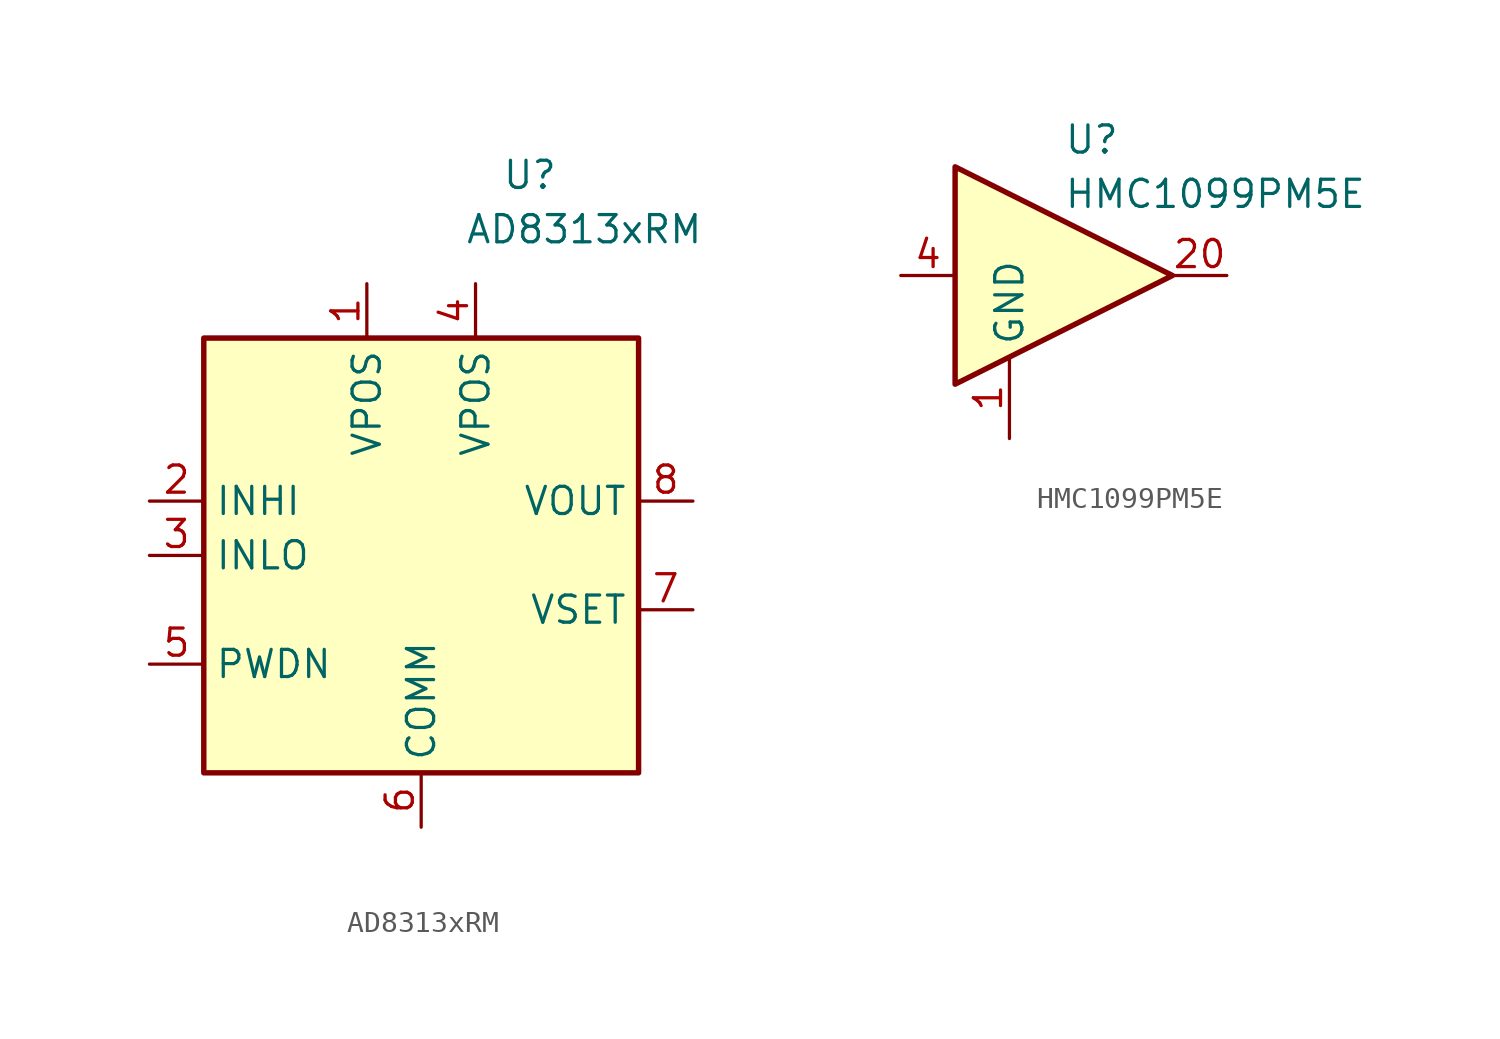
<source format=kicad_sym>
(kicad_symbol_lib
  (version 20231120)
  (generator "kicad_symbol_editor")
  (generator_version "8.0")
  (symbol "AD8313xRM"
    (property "Reference" "U"
      (at 5.08 17.78 0)
      (effects (font (size 1.27 1.27))))
    (property "Value" "AD8313xRM"
      (at 7.62 15.24 0)
      (effects (font (size 1.27 1.27))))
    (symbol "AD8313xRM_0_1"
      (rectangle (start -10.16 10.16) (end 10.16 -10.16) (stroke (width 0.254) (type default)) (fill (type background))))
    (symbol "AD8313xRM_1_1"
      (pin power_in line (at -2.54 12.7 270) (length 2.54) (name "VPOS" (effects (font (size 1.27 1.27)))) (number "1" (effects (font (size 1.27 1.27)))))
      (pin input line (at -12.7 2.54 0) (length 2.54) (name "INHI" (effects (font (size 1.27 1.27)))) (number "2" (effects (font (size 1.27 1.27)))))
      (pin input line (at -12.7 0 0) (length 2.54) (name "INLO" (effects (font (size 1.27 1.27)))) (number "3" (effects (font (size 1.27 1.27)))))
      (pin power_in line (at 2.54 12.7 270) (length 2.54) (name "VPOS" (effects (font (size 1.27 1.27)))) (number "4" (effects (font (size 1.27 1.27)))))
      (pin input line (at -12.7 -5.08 0) (length 2.54) (name "PWDN" (effects (font (size 1.27 1.27)))) (number "5" (effects (font (size 1.27 1.27)))))
      (pin power_in line (at 0 -12.7 90) (length 2.54) (name "COMM" (effects (font (size 1.27 1.27)))) (number "6" (effects (font (size 1.27 1.27)))))
      (pin input line (at 12.7 -2.54 180) (length 2.54) (name "VSET" (effects (font (size 1.27 1.27)))) (number "7" (effects (font (size 1.27 1.27)))))
      (pin output line (at 12.7 2.54 180) (length 2.54) (name "VOUT" (effects (font (size 1.27 1.27)))) (number "8" (effects (font (size 1.27 1.27)))))))
  (symbol "HMC1099PM5E"
    (property "Reference" "U"
      (at 0 6.35 0)
      (effects (font (size 1.27 1.27)) (justify left)))
    (property "Value" "HMC1099PM5E"
      (at 0 3.81 0)
      (effects (font (size 1.27 1.27)) (justify left)))
    (symbol "HMC1099PM5E_1_1"
      (polyline (pts (xy 5.08 0) (xy -5.08 5.08) (xy -5.08 -5.08) (xy 5.08 0)) (stroke (width 0.254) (type default)) (fill (type background)))
      (pin power_in line (at -2.54 -7.62 90) (length 3.81) (name "GND" (effects (font (size 1.27 1.27)))) (number "1" (effects (font (size 1.27 1.27)))))
      (pin passive line (at -2.54 -7.62 90) (length 3.81) hide (name "GND" (effects (font (size 1.27 1.27)))) (number "10" (effects (font (size 1.27 1.27)))))
      (pin passive line (at -2.54 -7.62 90) (length 3.81) hide (name "GND" (effects (font (size 1.27 1.27)))) (number "11" (effects (font (size 1.27 1.27)))))
      (pin passive line (at -2.54 -7.62 90) (length 3.81) hide (name "GND" (effects (font (size 1.27 1.27)))) (number "12" (effects (font (size 1.27 1.27)))))
      (pin passive line (at -2.54 -7.62 90) (length 3.81) hide (name "GND" (effects (font (size 1.27 1.27)))) (number "13" (effects (font (size 1.27 1.27)))))
      (pin passive line (at -2.54 -7.62 90) (length 3.81) hide (name "GND" (effects (font (size 1.27 1.27)))) (number "14" (effects (font (size 1.27 1.27)))))
      (pin passive line (at -2.54 -7.62 90) (length 3.81) hide (name "GND" (effects (font (size 1.27 1.27)))) (number "15" (effects (font (size 1.27 1.27)))))
      (pin passive line (at -2.54 -7.62 90) (length 3.81) hide (name "GND" (effects (font (size 1.27 1.27)))) (number "16" (effects (font (size 1.27 1.27)))))
      (pin passive line (at -2.54 -7.62 90) (length 3.81) hide (name "GND" (effects (font (size 1.27 1.27)))) (number "17" (effects (font (size 1.27 1.27)))))
      (pin passive line (at -2.54 -7.62 90) (length 3.81) hide (name "GND" (effects (font (size 1.27 1.27)))) (number "18" (effects (font (size 1.27 1.27)))))
      (pin passive line (at -2.54 -7.62 90) (length 3.81) hide (name "GND" (effects (font (size 1.27 1.27)))) (number "19" (effects (font (size 1.27 1.27)))))
      (pin passive line (at -2.54 -7.62 90) (length 3.81) hide (name "GND" (effects (font (size 1.27 1.27)))) (number "2" (effects (font (size 1.27 1.27)))))
      (pin output line (at 7.62 0 180) (length 2.54) (name "~" (effects (font (size 1.27 1.27)))) (number "20" (effects (font (size 1.27 1.27)))))
      (pin passive line (at 7.62 0 180) (length 2.54) hide (name "~" (effects (font (size 1.27 1.27)))) (number "21" (effects (font (size 1.27 1.27)))))
      (pin passive line (at -2.54 -7.62 90) (length 3.81) hide (name "GND" (effects (font (size 1.27 1.27)))) (number "22" (effects (font (size 1.27 1.27)))))
      (pin passive line (at -2.54 -7.62 90) (length 3.81) hide (name "GND" (effects (font (size 1.27 1.27)))) (number "23" (effects (font (size 1.27 1.27)))))
      (pin passive line (at -2.54 -7.62 90) (length 3.81) hide (name "GND" (effects (font (size 1.27 1.27)))) (number "24" (effects (font (size 1.27 1.27)))))
      (pin passive line (at -2.54 -7.62 90) (length 3.81) hide (name "GND" (effects (font (size 1.27 1.27)))) (number "25" (effects (font (size 1.27 1.27)))))
      (pin passive line (at -2.54 -7.62 90) (length 3.81) hide (name "GND" (effects (font (size 1.27 1.27)))) (number "26" (effects (font (size 1.27 1.27)))))
      (pin passive line (at -2.54 -7.62 90) (length 3.81) hide (name "GND" (effects (font (size 1.27 1.27)))) (number "27" (effects (font (size 1.27 1.27)))))
      (pin passive line (at -2.54 -7.62 90) (length 3.81) hide (name "GND" (effects (font (size 1.27 1.27)))) (number "28" (effects (font (size 1.27 1.27)))))
      (pin passive line (at -2.54 -7.62 90) (length 3.81) hide (name "GND" (effects (font (size 1.27 1.27)))) (number "29" (effects (font (size 1.27 1.27)))))
      (pin passive line (at -2.54 -7.62 90) (length 3.81) hide (name "GND" (effects (font (size 1.27 1.27)))) (number "3" (effects (font (size 1.27 1.27)))))
      (pin passive line (at -2.54 -7.62 90) (length 3.81) hide (name "GND" (effects (font (size 1.27 1.27)))) (number "30" (effects (font (size 1.27 1.27)))))
      (pin passive line (at -2.54 -7.62 90) (length 3.81) hide (name "GND" (effects (font (size 1.27 1.27)))) (number "31" (effects (font (size 1.27 1.27)))))
      (pin passive line (at -2.54 -7.62 90) (length 3.81) hide (name "GND" (effects (font (size 1.27 1.27)))) (number "32" (effects (font (size 1.27 1.27)))))
      (pin passive line (at -2.54 -7.62 90) (length 3.81) hide (name "GND" (effects (font (size 1.27 1.27)))) (number "33" (effects (font (size 1.27 1.27)))))
      (pin input line (at -7.62 0 0) (length 2.54) (name "~" (effects (font (size 1.27 1.27)))) (number "4" (effects (font (size 1.27 1.27)))))
      (pin input line (at -7.62 0 0) (length 2.54) hide (name "~" (effects (font (size 1.27 1.27)))) (number "5" (effects (font (size 1.27 1.27)))))
      (pin passive line (at -2.54 -7.62 90) (length 3.81) hide (name "GND" (effects (font (size 1.27 1.27)))) (number "6" (effects (font (size 1.27 1.27)))))
      (pin passive line (at -2.54 -7.62 90) (length 3.81) hide (name "GND" (effects (font (size 1.27 1.27)))) (number "7" (effects (font (size 1.27 1.27)))))
      (pin passive line (at -2.54 -7.62 90) (length 3.81) hide (name "GND" (effects (font (size 1.27 1.27)))) (number "8" (effects (font (size 1.27 1.27)))))
      (pin passive line (at -2.54 -7.62 90) (length 3.81) hide (name "GND" (effects (font (size 1.27 1.27)))) (number "9" (effects (font (size 1.27 1.27))))))))
</source>
